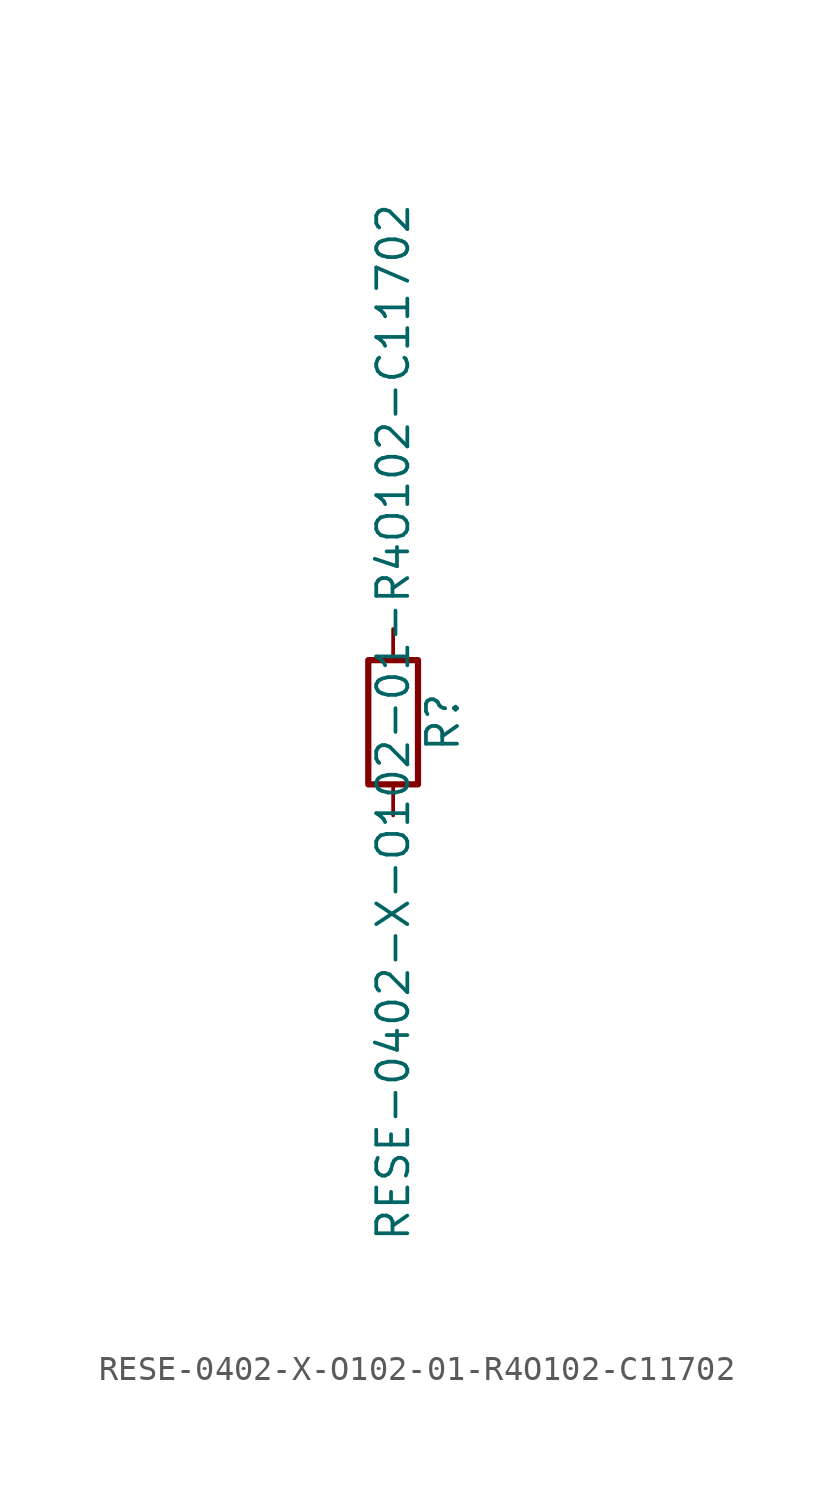
<source format=kicad_sym>
(kicad_symbol_lib
  (version 20211014)
  (generator kicad_symbol_editor)
  (symbol "RESE-0402-X-O102-01-R4O102-C11702"
    (pin_numbers hide)
    (pin_names
      (offset 0))
    (property "Reference" "R"
      (at 2.032 0 90)
      (effects (font (size 1.27 1.27))))
    (property "Value" "RESE-0402-X-O102-01-R4O102-C11702"
      (at 0 0 90)
      (effects (font (size 1.27 1.27))))
    (symbol "RESE-0402-X-O102-01-R4O102-C11702_0_1"
      (rectangle (start -1.016 -2.54) (end 1.016 2.54) (stroke (width 0.254) (type default) (color 0 0 0 0)) (fill (type none))))
    (symbol "RESE-0402-X-O102-01-R4O102-C11702_1_1"
      (pin passive line (at 0 3.81 270) (length 1.27) (name "~" (effects (font (size 1.27 1.27)))) (number "1" (effects (font (size 1.27 1.27)))))
      (pin passive line (at 0 -3.81 90) (length 1.27) (name "~" (effects (font (size 1.27 1.27)))) (number "2" (effects (font (size 1.27 1.27))))))))
</source>
